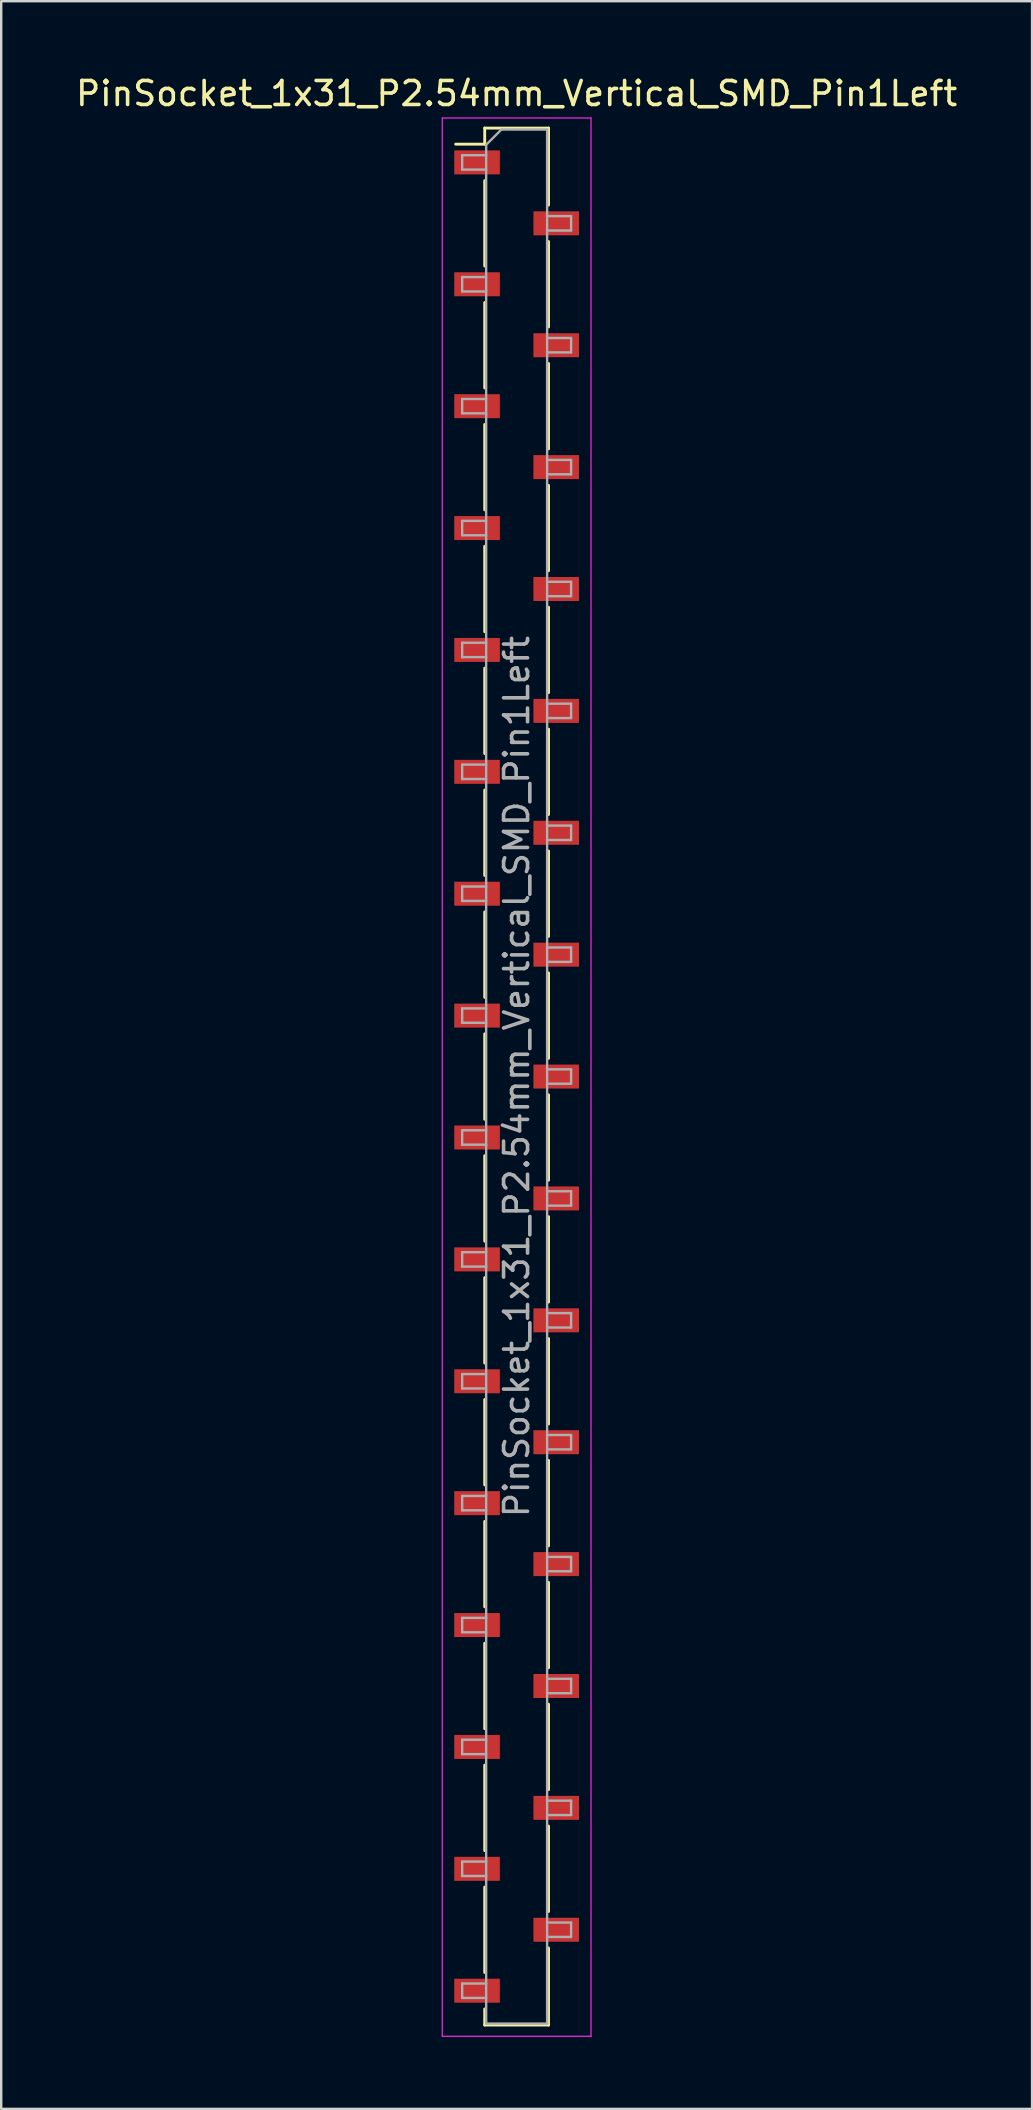
<source format=kicad_pcb>
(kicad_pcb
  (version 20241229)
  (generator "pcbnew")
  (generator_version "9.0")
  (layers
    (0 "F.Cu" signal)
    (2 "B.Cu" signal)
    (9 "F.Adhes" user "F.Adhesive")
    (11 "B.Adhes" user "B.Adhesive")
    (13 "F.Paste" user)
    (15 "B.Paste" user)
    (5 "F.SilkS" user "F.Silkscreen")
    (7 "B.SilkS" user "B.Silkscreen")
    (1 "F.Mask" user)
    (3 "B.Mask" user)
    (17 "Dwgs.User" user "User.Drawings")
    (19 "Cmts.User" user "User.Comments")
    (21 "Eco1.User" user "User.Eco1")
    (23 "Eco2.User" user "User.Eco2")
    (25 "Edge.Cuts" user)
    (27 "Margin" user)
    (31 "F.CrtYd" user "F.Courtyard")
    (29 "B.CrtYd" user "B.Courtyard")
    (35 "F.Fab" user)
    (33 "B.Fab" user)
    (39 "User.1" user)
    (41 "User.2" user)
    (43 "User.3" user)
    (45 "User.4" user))
  (footprint "PinSocket_1x31_P2.54mm_Vertical_SMD_Pin1Left"
    (layer "F.Cu")
    (at 18.482 41.818)
    (property "Reference" "PinSocket_1x31_P2.54mm_Vertical_SMD_Pin1Left" (at 0 -40.97 0) (layer "F.SilkS") (effects (font (size 1 1) (thickness 0.15))))
    (attr smd)
    (fp_line (start -2.54 -38.86) (end -1.33 -38.86) (stroke (width 0.12) (type solid)) (layer "F.SilkS"))
    (fp_line (start -1.33 -39.53) (end -1.33 -38.86) (stroke (width 0.12) (type solid)) (layer "F.SilkS"))
    (fp_line (start -1.33 -39.53) (end 1.33 -39.53) (stroke (width 0.12) (type solid)) (layer "F.SilkS"))
    (fp_line (start -1.33 -37.34) (end -1.33 -33.78) (stroke (width 0.12) (type solid)) (layer "F.SilkS"))
    (fp_line (start -1.33 -32.26) (end -1.33 -28.7) (stroke (width 0.12) (type solid)) (layer "F.SilkS"))
    (fp_line (start -1.33 -27.18) (end -1.33 -23.62) (stroke (width 0.12) (type solid)) (layer "F.SilkS"))
    (fp_line (start -1.33 -22.1) (end -1.33 -18.54) (stroke (width 0.12) (type solid)) (layer "F.SilkS"))
    (fp_line (start -1.33 -17.02) (end -1.33 -13.46) (stroke (width 0.12) (type solid)) (layer "F.SilkS"))
    (fp_line (start -1.33 -11.94) (end -1.33 -8.38) (stroke (width 0.12) (type solid)) (layer "F.SilkS"))
    (fp_line (start -1.33 -6.86) (end -1.33 -3.3) (stroke (width 0.12) (type solid)) (layer "F.SilkS"))
    (fp_line (start -1.33 -1.78) (end -1.33 1.78) (stroke (width 0.12) (type solid)) (layer "F.SilkS"))
    (fp_line (start -1.33 3.3) (end -1.33 6.86) (stroke (width 0.12) (type solid)) (layer "F.SilkS"))
    (fp_line (start -1.33 8.38) (end -1.33 11.94) (stroke (width 0.12) (type solid)) (layer "F.SilkS"))
    (fp_line (start -1.33 13.46) (end -1.33 17.02) (stroke (width 0.12) (type solid)) (layer "F.SilkS"))
    (fp_line (start -1.33 18.54) (end -1.33 22.1) (stroke (width 0.12) (type solid)) (layer "F.SilkS"))
    (fp_line (start -1.33 23.62) (end -1.33 27.18) (stroke (width 0.12) (type solid)) (layer "F.SilkS"))
    (fp_line (start -1.33 28.7) (end -1.33 32.26) (stroke (width 0.12) (type solid)) (layer "F.SilkS"))
    (fp_line (start -1.33 33.78) (end -1.33 37.34) (stroke (width 0.12) (type solid)) (layer "F.SilkS"))
    (fp_line (start -1.33 38.86) (end -1.33 39.53) (stroke (width 0.12) (type solid)) (layer "F.SilkS"))
    (fp_line (start -1.33 39.53) (end 1.33 39.53) (stroke (width 0.12) (type solid)) (layer "F.SilkS"))
    (fp_line (start 1.33 -39.53) (end 1.33 -36.32) (stroke (width 0.12) (type solid)) (layer "F.SilkS"))
    (fp_line (start 1.33 -34.8) (end 1.33 -31.24) (stroke (width 0.12) (type solid)) (layer "F.SilkS"))
    (fp_line (start 1.33 -29.72) (end 1.33 -26.16) (stroke (width 0.12) (type solid)) (layer "F.SilkS"))
    (fp_line (start 1.33 -24.64) (end 1.33 -21.08) (stroke (width 0.12) (type solid)) (layer "F.SilkS"))
    (fp_line (start 1.33 -19.56) (end 1.33 -16) (stroke (width 0.12) (type solid)) (layer "F.SilkS"))
    (fp_line (start 1.33 -14.48) (end 1.33 -10.92) (stroke (width 0.12) (type solid)) (layer "F.SilkS"))
    (fp_line (start 1.33 -9.4) (end 1.33 -5.84) (stroke (width 0.12) (type solid)) (layer "F.SilkS"))
    (fp_line (start 1.33 -4.32) (end 1.33 -0.76) (stroke (width 0.12) (type solid)) (layer "F.SilkS"))
    (fp_line (start 1.33 0.76) (end 1.33 4.32) (stroke (width 0.12) (type solid)) (layer "F.SilkS"))
    (fp_line (start 1.33 5.84) (end 1.33 9.4) (stroke (width 0.12) (type solid)) (layer "F.SilkS"))
    (fp_line (start 1.33 10.92) (end 1.33 14.48) (stroke (width 0.12) (type solid)) (layer "F.SilkS"))
    (fp_line (start 1.33 16) (end 1.33 19.56) (stroke (width 0.12) (type solid)) (layer "F.SilkS"))
    (fp_line (start 1.33 21.08) (end 1.33 24.64) (stroke (width 0.12) (type solid)) (layer "F.SilkS"))
    (fp_line (start 1.33 26.16) (end 1.33 29.72) (stroke (width 0.12) (type solid)) (layer "F.SilkS"))
    (fp_line (start 1.33 31.24) (end 1.33 34.8) (stroke (width 0.12) (type solid)) (layer "F.SilkS"))
    (fp_line (start 1.33 36.32) (end 1.33 39.53) (stroke (width 0.12) (type solid)) (layer "F.SilkS"))
    (fp_line (start -3.1 -39.95) (end 3.1 -39.95) (stroke (width 0.05) (type solid)) (layer "F.CrtYd"))
    (fp_line (start -3.1 40) (end -3.1 -39.95) (stroke (width 0.05) (type solid)) (layer "F.CrtYd"))
    (fp_line (start 3.1 -39.95) (end 3.1 40) (stroke (width 0.05) (type solid)) (layer "F.CrtYd"))
    (fp_line (start 3.1 40) (end -3.1 40) (stroke (width 0.05) (type solid)) (layer "F.CrtYd"))
    (fp_line (start -2.27 -38.4) (end -1.27 -38.4) (stroke (width 0.1) (type solid)) (layer "F.Fab"))
    (fp_line (start -2.27 -37.8) (end -2.27 -38.4) (stroke (width 0.1) (type solid)) (layer "F.Fab"))
    (fp_line (start -2.27 -33.32) (end -1.27 -33.32) (stroke (width 0.1) (type solid)) (layer "F.Fab"))
    (fp_line (start -2.27 -32.72) (end -2.27 -33.32) (stroke (width 0.1) (type solid)) (layer "F.Fab"))
    (fp_line (start -2.27 -28.24) (end -1.27 -28.24) (stroke (width 0.1) (type solid)) (layer "F.Fab"))
    (fp_line (start -2.27 -27.64) (end -2.27 -28.24) (stroke (width 0.1) (type solid)) (layer "F.Fab"))
    (fp_line (start -2.27 -23.16) (end -1.27 -23.16) (stroke (width 0.1) (type solid)) (layer "F.Fab"))
    (fp_line (start -2.27 -22.56) (end -2.27 -23.16) (stroke (width 0.1) (type solid)) (layer "F.Fab"))
    (fp_line (start -2.27 -18.08) (end -1.27 -18.08) (stroke (width 0.1) (type solid)) (layer "F.Fab"))
    (fp_line (start -2.27 -17.48) (end -2.27 -18.08) (stroke (width 0.1) (type solid)) (layer "F.Fab"))
    (fp_line (start -2.27 -13) (end -1.27 -13) (stroke (width 0.1) (type solid)) (layer "F.Fab"))
    (fp_line (start -2.27 -12.4) (end -2.27 -13) (stroke (width 0.1) (type solid)) (layer "F.Fab"))
    (fp_line (start -2.27 -7.92) (end -1.27 -7.92) (stroke (width 0.1) (type solid)) (layer "F.Fab"))
    (fp_line (start -2.27 -7.32) (end -2.27 -7.92) (stroke (width 0.1) (type solid)) (layer "F.Fab"))
    (fp_line (start -2.27 -2.84) (end -1.27 -2.84) (stroke (width 0.1) (type solid)) (layer "F.Fab"))
    (fp_line (start -2.27 -2.24) (end -2.27 -2.84) (stroke (width 0.1) (type solid)) (layer "F.Fab"))
    (fp_line (start -2.27 2.24) (end -1.27 2.24) (stroke (width 0.1) (type solid)) (layer "F.Fab"))
    (fp_line (start -2.27 2.84) (end -2.27 2.24) (stroke (width 0.1) (type solid)) (layer "F.Fab"))
    (fp_line (start -2.27 7.32) (end -1.27 7.32) (stroke (width 0.1) (type solid)) (layer "F.Fab"))
    (fp_line (start -2.27 7.92) (end -2.27 7.32) (stroke (width 0.1) (type solid)) (layer "F.Fab"))
    (fp_line (start -2.27 12.4) (end -1.27 12.4) (stroke (width 0.1) (type solid)) (layer "F.Fab"))
    (fp_line (start -2.27 13) (end -2.27 12.4) (stroke (width 0.1) (type solid)) (layer "F.Fab"))
    (fp_line (start -2.27 17.48) (end -1.27 17.48) (stroke (width 0.1) (type solid)) (layer "F.Fab"))
    (fp_line (start -2.27 18.08) (end -2.27 17.48) (stroke (width 0.1) (type solid)) (layer "F.Fab"))
    (fp_line (start -2.27 22.56) (end -1.27 22.56) (stroke (width 0.1) (type solid)) (layer "F.Fab"))
    (fp_line (start -2.27 23.16) (end -2.27 22.56) (stroke (width 0.1) (type solid)) (layer "F.Fab"))
    (fp_line (start -2.27 27.64) (end -1.27 27.64) (stroke (width 0.1) (type solid)) (layer "F.Fab"))
    (fp_line (start -2.27 28.24) (end -2.27 27.64) (stroke (width 0.1) (type solid)) (layer "F.Fab"))
    (fp_line (start -2.27 32.72) (end -1.27 32.72) (stroke (width 0.1) (type solid)) (layer "F.Fab"))
    (fp_line (start -2.27 33.32) (end -2.27 32.72) (stroke (width 0.1) (type solid)) (layer "F.Fab"))
    (fp_line (start -2.27 37.8) (end -1.27 37.8) (stroke (width 0.1) (type solid)) (layer "F.Fab"))
    (fp_line (start -2.27 38.4) (end -2.27 37.8) (stroke (width 0.1) (type solid)) (layer "F.Fab"))
    (fp_line (start -1.27 -38.835) (end -0.635 -39.47) (stroke (width 0.1) (type solid)) (layer "F.Fab"))
    (fp_line (start -1.27 -37.8) (end -2.27 -37.8) (stroke (width 0.1) (type solid)) (layer "F.Fab"))
    (fp_line (start -1.27 -32.72) (end -2.27 -32.72) (stroke (width 0.1) (type solid)) (layer "F.Fab"))
    (fp_line (start -1.27 -27.64) (end -2.27 -27.64) (stroke (width 0.1) (type solid)) (layer "F.Fab"))
    (fp_line (start -1.27 -22.56) (end -2.27 -22.56) (stroke (width 0.1) (type solid)) (layer "F.Fab"))
    (fp_line (start -1.27 -17.48) (end -2.27 -17.48) (stroke (width 0.1) (type solid)) (layer "F.Fab"))
    (fp_line (start -1.27 -12.4) (end -2.27 -12.4) (stroke (width 0.1) (type solid)) (layer "F.Fab"))
    (fp_line (start -1.27 -7.32) (end -2.27 -7.32) (stroke (width 0.1) (type solid)) (layer "F.Fab"))
    (fp_line (start -1.27 -2.24) (end -2.27 -2.24) (stroke (width 0.1) (type solid)) (layer "F.Fab"))
    (fp_line (start -1.27 2.84) (end -2.27 2.84) (stroke (width 0.1) (type solid)) (layer "F.Fab"))
    (fp_line (start -1.27 7.92) (end -2.27 7.92) (stroke (width 0.1) (type solid)) (layer "F.Fab"))
    (fp_line (start -1.27 13) (end -2.27 13) (stroke (width 0.1) (type solid)) (layer "F.Fab"))
    (fp_line (start -1.27 18.08) (end -2.27 18.08) (stroke (width 0.1) (type solid)) (layer "F.Fab"))
    (fp_line (start -1.27 23.16) (end -2.27 23.16) (stroke (width 0.1) (type solid)) (layer "F.Fab"))
    (fp_line (start -1.27 28.24) (end -2.27 28.24) (stroke (width 0.1) (type solid)) (layer "F.Fab"))
    (fp_line (start -1.27 33.32) (end -2.27 33.32) (stroke (width 0.1) (type solid)) (layer "F.Fab"))
    (fp_line (start -1.27 38.4) (end -2.27 38.4) (stroke (width 0.1) (type solid)) (layer "F.Fab"))
    (fp_line (start -1.27 39.47) (end -1.27 -38.835) (stroke (width 0.1) (type solid)) (layer "F.Fab"))
    (fp_line (start -0.635 -39.47) (end 1.27 -39.47) (stroke (width 0.1) (type solid)) (layer "F.Fab"))
    (fp_line (start 1.27 -39.47) (end 1.27 39.47) (stroke (width 0.1) (type solid)) (layer "F.Fab"))
    (fp_line (start 1.27 -35.86) (end 2.27 -35.86) (stroke (width 0.1) (type solid)) (layer "F.Fab"))
    (fp_line (start 1.27 -30.78) (end 2.27 -30.78) (stroke (width 0.1) (type solid)) (layer "F.Fab"))
    (fp_line (start 1.27 -25.7) (end 2.27 -25.7) (stroke (width 0.1) (type solid)) (layer "F.Fab"))
    (fp_line (start 1.27 -20.62) (end 2.27 -20.62) (stroke (width 0.1) (type solid)) (layer "F.Fab"))
    (fp_line (start 1.27 -15.54) (end 2.27 -15.54) (stroke (width 0.1) (type solid)) (layer "F.Fab"))
    (fp_line (start 1.27 -10.46) (end 2.27 -10.46) (stroke (width 0.1) (type solid)) (layer "F.Fab"))
    (fp_line (start 1.27 -5.38) (end 2.27 -5.38) (stroke (width 0.1) (type solid)) (layer "F.Fab"))
    (fp_line (start 1.27 -0.3) (end 2.27 -0.3) (stroke (width 0.1) (type solid)) (layer "F.Fab"))
    (fp_line (start 1.27 4.78) (end 2.27 4.78) (stroke (width 0.1) (type solid)) (layer "F.Fab"))
    (fp_line (start 1.27 9.86) (end 2.27 9.86) (stroke (width 0.1) (type solid)) (layer "F.Fab"))
    (fp_line (start 1.27 14.94) (end 2.27 14.94) (stroke (width 0.1) (type solid)) (layer "F.Fab"))
    (fp_line (start 1.27 20.02) (end 2.27 20.02) (stroke (width 0.1) (type solid)) (layer "F.Fab"))
    (fp_line (start 1.27 25.1) (end 2.27 25.1) (stroke (width 0.1) (type solid)) (layer "F.Fab"))
    (fp_line (start 1.27 30.18) (end 2.27 30.18) (stroke (width 0.1) (type solid)) (layer "F.Fab"))
    (fp_line (start 1.27 35.26) (end 2.27 35.26) (stroke (width 0.1) (type solid)) (layer "F.Fab"))
    (fp_line (start 1.27 39.47) (end -1.27 39.47) (stroke (width 0.1) (type solid)) (layer "F.Fab"))
    (fp_line (start 2.27 -35.86) (end 2.27 -35.26) (stroke (width 0.1) (type solid)) (layer "F.Fab"))
    (fp_line (start 2.27 -35.26) (end 1.27 -35.26) (stroke (width 0.1) (type solid)) (layer "F.Fab"))
    (fp_line (start 2.27 -30.78) (end 2.27 -30.18) (stroke (width 0.1) (type solid)) (layer "F.Fab"))
    (fp_line (start 2.27 -30.18) (end 1.27 -30.18) (stroke (width 0.1) (type solid)) (layer "F.Fab"))
    (fp_line (start 2.27 -25.7) (end 2.27 -25.1) (stroke (width 0.1) (type solid)) (layer "F.Fab"))
    (fp_line (start 2.27 -25.1) (end 1.27 -25.1) (stroke (width 0.1) (type solid)) (layer "F.Fab"))
    (fp_line (start 2.27 -20.62) (end 2.27 -20.02) (stroke (width 0.1) (type solid)) (layer "F.Fab"))
    (fp_line (start 2.27 -20.02) (end 1.27 -20.02) (stroke (width 0.1) (type solid)) (layer "F.Fab"))
    (fp_line (start 2.27 -15.54) (end 2.27 -14.94) (stroke (width 0.1) (type solid)) (layer "F.Fab"))
    (fp_line (start 2.27 -14.94) (end 1.27 -14.94) (stroke (width 0.1) (type solid)) (layer "F.Fab"))
    (fp_line (start 2.27 -10.46) (end 2.27 -9.86) (stroke (width 0.1) (type solid)) (layer "F.Fab"))
    (fp_line (start 2.27 -9.86) (end 1.27 -9.86) (stroke (width 0.1) (type solid)) (layer "F.Fab"))
    (fp_line (start 2.27 -5.38) (end 2.27 -4.78) (stroke (width 0.1) (type solid)) (layer "F.Fab"))
    (fp_line (start 2.27 -4.78) (end 1.27 -4.78) (stroke (width 0.1) (type solid)) (layer "F.Fab"))
    (fp_line (start 2.27 -0.3) (end 2.27 0.3) (stroke (width 0.1) (type solid)) (layer "F.Fab"))
    (fp_line (start 2.27 0.3) (end 1.27 0.3) (stroke (width 0.1) (type solid)) (layer "F.Fab"))
    (fp_line (start 2.27 4.78) (end 2.27 5.38) (stroke (width 0.1) (type solid)) (layer "F.Fab"))
    (fp_line (start 2.27 5.38) (end 1.27 5.38) (stroke (width 0.1) (type solid)) (layer "F.Fab"))
    (fp_line (start 2.27 9.86) (end 2.27 10.46) (stroke (width 0.1) (type solid)) (layer "F.Fab"))
    (fp_line (start 2.27 10.46) (end 1.27 10.46) (stroke (width 0.1) (type solid)) (layer "F.Fab"))
    (fp_line (start 2.27 14.94) (end 2.27 15.54) (stroke (width 0.1) (type solid)) (layer "F.Fab"))
    (fp_line (start 2.27 15.54) (end 1.27 15.54) (stroke (width 0.1) (type solid)) (layer "F.Fab"))
    (fp_line (start 2.27 20.02) (end 2.27 20.62) (stroke (width 0.1) (type solid)) (layer "F.Fab"))
    (fp_line (start 2.27 20.62) (end 1.27 20.62) (stroke (width 0.1) (type solid)) (layer "F.Fab"))
    (fp_line (start 2.27 25.1) (end 2.27 25.7) (stroke (width 0.1) (type solid)) (layer "F.Fab"))
    (fp_line (start 2.27 25.7) (end 1.27 25.7) (stroke (width 0.1) (type solid)) (layer "F.Fab"))
    (fp_line (start 2.27 30.18) (end 2.27 30.78) (stroke (width 0.1) (type solid)) (layer "F.Fab"))
    (fp_line (start 2.27 30.78) (end 1.27 30.78) (stroke (width 0.1) (type solid)) (layer "F.Fab"))
    (fp_line (start 2.27 35.26) (end 2.27 35.86) (stroke (width 0.1) (type solid)) (layer "F.Fab"))
    (fp_line (start 2.27 35.86) (end 1.27 35.86) (stroke (width 0.1) (type solid)) (layer "F.Fab"))
    (fp_text user "${REFERENCE}" (at 0 0 90) (layer "F.Fab") (effects (font (size 1 1) (thickness 0.15))))
    (pad "1" smd rect (at -1.65 -38.1) (size 1.9 1) (layers "F.Cu" "F.Mask" "F.Paste"))
    (pad "2" smd rect (at 1.65 -35.56) (size 1.9 1) (layers "F.Cu" "F.Mask" "F.Paste"))
    (pad "3" smd rect (at -1.65 -33.02) (size 1.9 1) (layers "F.Cu" "F.Mask" "F.Paste"))
    (pad "4" smd rect (at 1.65 -30.48) (size 1.9 1) (layers "F.Cu" "F.Mask" "F.Paste"))
    (pad "5" smd rect (at -1.65 -27.94) (size 1.9 1) (layers "F.Cu" "F.Mask" "F.Paste"))
    (pad "6" smd rect (at 1.65 -25.4) (size 1.9 1) (layers "F.Cu" "F.Mask" "F.Paste"))
    (pad "7" smd rect (at -1.65 -22.86) (size 1.9 1) (layers "F.Cu" "F.Mask" "F.Paste"))
    (pad "8" smd rect (at 1.65 -20.32) (size 1.9 1) (layers "F.Cu" "F.Mask" "F.Paste"))
    (pad "9" smd rect (at -1.65 -17.78) (size 1.9 1) (layers "F.Cu" "F.Mask" "F.Paste"))
    (pad "10" smd rect (at 1.65 -15.24) (size 1.9 1) (layers "F.Cu" "F.Mask" "F.Paste"))
    (pad "11" smd rect (at -1.65 -12.7) (size 1.9 1) (layers "F.Cu" "F.Mask" "F.Paste"))
    (pad "12" smd rect (at 1.65 -10.16) (size 1.9 1) (layers "F.Cu" "F.Mask" "F.Paste"))
    (pad "13" smd rect (at -1.65 -7.62) (size 1.9 1) (layers "F.Cu" "F.Mask" "F.Paste"))
    (pad "14" smd rect (at 1.65 -5.08) (size 1.9 1) (layers "F.Cu" "F.Mask" "F.Paste"))
    (pad "15" smd rect (at -1.65 -2.54) (size 1.9 1) (layers "F.Cu" "F.Mask" "F.Paste"))
    (pad "16" smd rect (at 1.65 0) (size 1.9 1) (layers "F.Cu" "F.Mask" "F.Paste"))
    (pad "17" smd rect (at -1.65 2.54) (size 1.9 1) (layers "F.Cu" "F.Mask" "F.Paste"))
    (pad "18" smd rect (at 1.65 5.08) (size 1.9 1) (layers "F.Cu" "F.Mask" "F.Paste"))
    (pad "19" smd rect (at -1.65 7.62) (size 1.9 1) (layers "F.Cu" "F.Mask" "F.Paste"))
    (pad "20" smd rect (at 1.65 10.16) (size 1.9 1) (layers "F.Cu" "F.Mask" "F.Paste"))
    (pad "21" smd rect (at -1.65 12.7) (size 1.9 1) (layers "F.Cu" "F.Mask" "F.Paste"))
    (pad "22" smd rect (at 1.65 15.24) (size 1.9 1) (layers "F.Cu" "F.Mask" "F.Paste"))
    (pad "23" smd rect (at -1.65 17.78) (size 1.9 1) (layers "F.Cu" "F.Mask" "F.Paste"))
    (pad "24" smd rect (at 1.65 20.32) (size 1.9 1) (layers "F.Cu" "F.Mask" "F.Paste"))
    (pad "25" smd rect (at -1.65 22.86) (size 1.9 1) (layers "F.Cu" "F.Mask" "F.Paste"))
    (pad "26" smd rect (at 1.65 25.4) (size 1.9 1) (layers "F.Cu" "F.Mask" "F.Paste"))
    (pad "27" smd rect (at -1.65 27.94) (size 1.9 1) (layers "F.Cu" "F.Mask" "F.Paste"))
    (pad "28" smd rect (at 1.65 30.48) (size 1.9 1) (layers "F.Cu" "F.Mask" "F.Paste"))
    (pad "29" smd rect (at -1.65 33.02) (size 1.9 1) (layers "F.Cu" "F.Mask" "F.Paste"))
    (pad "30" smd rect (at 1.65 35.56) (size 1.9 1) (layers "F.Cu" "F.Mask" "F.Paste"))
    (pad "31" smd rect (at -1.65 38.1) (size 1.9 1) (layers "F.Cu" "F.Mask" "F.Paste")))
  (gr_rect
    (start -3 -3)
    (end 39.964 84.843)
    (stroke (width 0.1) (type default))
    (fill no)
    (layer "Edge.Cuts")))
</source>
